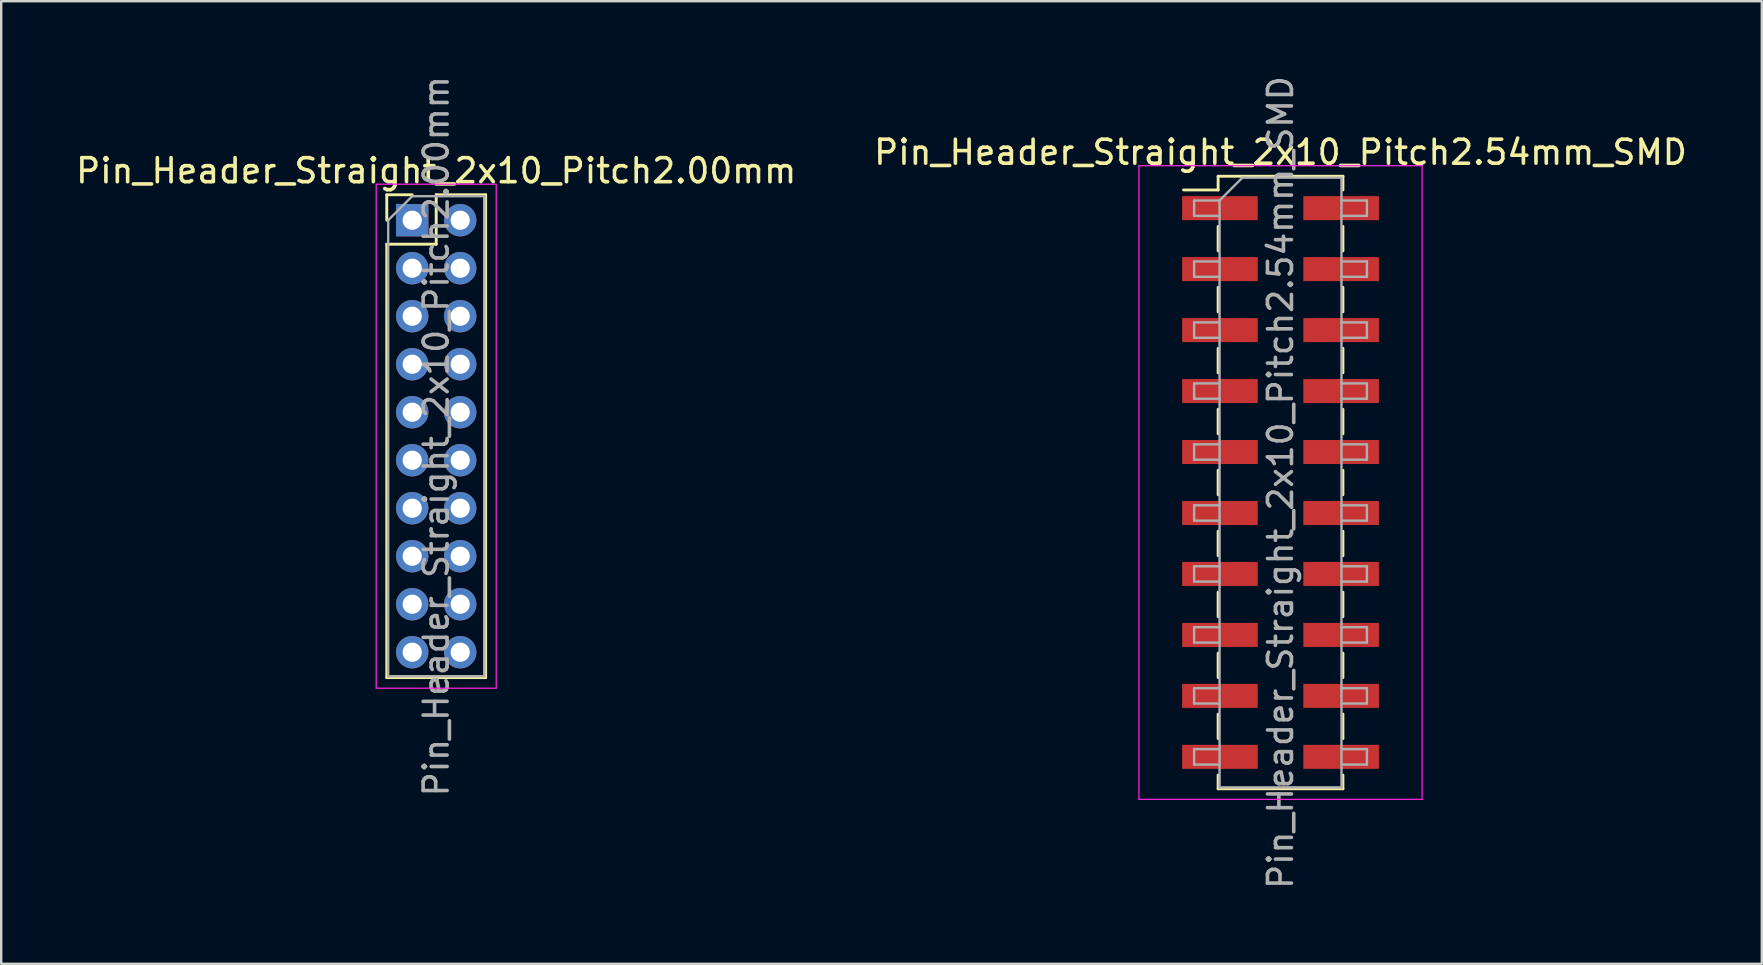
<source format=kicad_pcb>
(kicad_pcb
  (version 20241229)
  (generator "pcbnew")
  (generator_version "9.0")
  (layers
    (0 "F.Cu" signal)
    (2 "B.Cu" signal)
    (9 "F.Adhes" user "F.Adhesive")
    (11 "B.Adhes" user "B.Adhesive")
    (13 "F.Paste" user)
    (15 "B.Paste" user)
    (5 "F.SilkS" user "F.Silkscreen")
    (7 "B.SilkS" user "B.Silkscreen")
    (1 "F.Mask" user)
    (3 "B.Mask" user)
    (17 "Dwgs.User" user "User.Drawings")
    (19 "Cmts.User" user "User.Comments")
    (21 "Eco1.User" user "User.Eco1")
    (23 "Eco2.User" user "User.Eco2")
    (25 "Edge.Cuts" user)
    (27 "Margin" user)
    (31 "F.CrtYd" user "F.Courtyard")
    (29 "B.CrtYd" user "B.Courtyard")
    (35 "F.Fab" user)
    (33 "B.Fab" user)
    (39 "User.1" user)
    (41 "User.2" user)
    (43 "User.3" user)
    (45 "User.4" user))
  (footprint "Pin_Header_Straight_2x10_Pitch2.54mm_SMD"
    (layer "F.Cu")
    (at 50.304 17.054)
    (property "Reference" "Pin_Header_Straight_2x10_Pitch2.54mm_SMD" (at 0 -13.76 0) (layer "F.SilkS") (effects (font (size 1 1) (thickness 0.15))))
    (attr smd)
    (fp_line (start -4.04 -12.19) (end -2.6 -12.19) (stroke (width 0.12) (type solid)) (layer "F.SilkS"))
    (fp_line (start -2.6 -12.76) (end -2.6 -12.19) (stroke (width 0.12) (type solid)) (layer "F.SilkS"))
    (fp_line (start -2.6 -12.76) (end 2.6 -12.76) (stroke (width 0.12) (type solid)) (layer "F.SilkS"))
    (fp_line (start -2.6 -10.67) (end -2.6 -9.65) (stroke (width 0.12) (type solid)) (layer "F.SilkS"))
    (fp_line (start -2.6 -8.13) (end -2.6 -7.11) (stroke (width 0.12) (type solid)) (layer "F.SilkS"))
    (fp_line (start -2.6 -5.59) (end -2.6 -4.57) (stroke (width 0.12) (type solid)) (layer "F.SilkS"))
    (fp_line (start -2.6 -3.05) (end -2.6 -2.03) (stroke (width 0.12) (type solid)) (layer "F.SilkS"))
    (fp_line (start -2.6 -0.51) (end -2.6 0.51) (stroke (width 0.12) (type solid)) (layer "F.SilkS"))
    (fp_line (start -2.6 2.03) (end -2.6 3.05) (stroke (width 0.12) (type solid)) (layer "F.SilkS"))
    (fp_line (start -2.6 4.57) (end -2.6 5.59) (stroke (width 0.12) (type solid)) (layer "F.SilkS"))
    (fp_line (start -2.6 7.11) (end -2.6 8.13) (stroke (width 0.12) (type solid)) (layer "F.SilkS"))
    (fp_line (start -2.6 9.65) (end -2.6 10.67) (stroke (width 0.12) (type solid)) (layer "F.SilkS"))
    (fp_line (start -2.6 12.19) (end -2.6 12.76) (stroke (width 0.12) (type solid)) (layer "F.SilkS"))
    (fp_line (start -2.6 12.76) (end 2.6 12.76) (stroke (width 0.12) (type solid)) (layer "F.SilkS"))
    (fp_line (start 2.6 -12.76) (end 2.6 -12.19) (stroke (width 0.12) (type solid)) (layer "F.SilkS"))
    (fp_line (start 2.6 -10.67) (end 2.6 -9.65) (stroke (width 0.12) (type solid)) (layer "F.SilkS"))
    (fp_line (start 2.6 -8.13) (end 2.6 -7.11) (stroke (width 0.12) (type solid)) (layer "F.SilkS"))
    (fp_line (start 2.6 -5.59) (end 2.6 -4.57) (stroke (width 0.12) (type solid)) (layer "F.SilkS"))
    (fp_line (start 2.6 -3.05) (end 2.6 -2.03) (stroke (width 0.12) (type solid)) (layer "F.SilkS"))
    (fp_line (start 2.6 -0.51) (end 2.6 0.51) (stroke (width 0.12) (type solid)) (layer "F.SilkS"))
    (fp_line (start 2.6 2.03) (end 2.6 3.05) (stroke (width 0.12) (type solid)) (layer "F.SilkS"))
    (fp_line (start 2.6 4.57) (end 2.6 5.59) (stroke (width 0.12) (type solid)) (layer "F.SilkS"))
    (fp_line (start 2.6 7.11) (end 2.6 8.13) (stroke (width 0.12) (type solid)) (layer "F.SilkS"))
    (fp_line (start 2.6 9.65) (end 2.6 10.67) (stroke (width 0.12) (type solid)) (layer "F.SilkS"))
    (fp_line (start 2.6 12.19) (end 2.6 12.76) (stroke (width 0.12) (type solid)) (layer "F.SilkS"))
    (fp_line (start -5.9 -13.2) (end -5.9 13.2) (stroke (width 0.05) (type solid)) (layer "F.CrtYd"))
    (fp_line (start -5.9 13.2) (end 5.9 13.2) (stroke (width 0.05) (type solid)) (layer "F.CrtYd"))
    (fp_line (start 5.9 -13.2) (end -5.9 -13.2) (stroke (width 0.05) (type solid)) (layer "F.CrtYd"))
    (fp_line (start 5.9 13.2) (end 5.9 -13.2) (stroke (width 0.05) (type solid)) (layer "F.CrtYd"))
    (fp_line (start -3.6 -11.75) (end -3.6 -11.11) (stroke (width 0.1) (type solid)) (layer "F.Fab"))
    (fp_line (start -3.6 -11.11) (end -2.54 -11.11) (stroke (width 0.1) (type solid)) (layer "F.Fab"))
    (fp_line (start -3.6 -9.21) (end -3.6 -8.57) (stroke (width 0.1) (type solid)) (layer "F.Fab"))
    (fp_line (start -3.6 -8.57) (end -2.54 -8.57) (stroke (width 0.1) (type solid)) (layer "F.Fab"))
    (fp_line (start -3.6 -6.67) (end -3.6 -6.03) (stroke (width 0.1) (type solid)) (layer "F.Fab"))
    (fp_line (start -3.6 -6.03) (end -2.54 -6.03) (stroke (width 0.1) (type solid)) (layer "F.Fab"))
    (fp_line (start -3.6 -4.13) (end -3.6 -3.49) (stroke (width 0.1) (type solid)) (layer "F.Fab"))
    (fp_line (start -3.6 -3.49) (end -2.54 -3.49) (stroke (width 0.1) (type solid)) (layer "F.Fab"))
    (fp_line (start -3.6 -1.59) (end -3.6 -0.95) (stroke (width 0.1) (type solid)) (layer "F.Fab"))
    (fp_line (start -3.6 -0.95) (end -2.54 -0.95) (stroke (width 0.1) (type solid)) (layer "F.Fab"))
    (fp_line (start -3.6 0.95) (end -3.6 1.59) (stroke (width 0.1) (type solid)) (layer "F.Fab"))
    (fp_line (start -3.6 1.59) (end -2.54 1.59) (stroke (width 0.1) (type solid)) (layer "F.Fab"))
    (fp_line (start -3.6 3.49) (end -3.6 4.13) (stroke (width 0.1) (type solid)) (layer "F.Fab"))
    (fp_line (start -3.6 4.13) (end -2.54 4.13) (stroke (width 0.1) (type solid)) (layer "F.Fab"))
    (fp_line (start -3.6 6.03) (end -3.6 6.67) (stroke (width 0.1) (type solid)) (layer "F.Fab"))
    (fp_line (start -3.6 6.67) (end -2.54 6.67) (stroke (width 0.1) (type solid)) (layer "F.Fab"))
    (fp_line (start -3.6 8.57) (end -3.6 9.21) (stroke (width 0.1) (type solid)) (layer "F.Fab"))
    (fp_line (start -3.6 9.21) (end -2.54 9.21) (stroke (width 0.1) (type solid)) (layer "F.Fab"))
    (fp_line (start -3.6 11.11) (end -3.6 11.75) (stroke (width 0.1) (type solid)) (layer "F.Fab"))
    (fp_line (start -3.6 11.75) (end -2.54 11.75) (stroke (width 0.1) (type solid)) (layer "F.Fab"))
    (fp_line (start -2.54 -11.75) (end -3.6 -11.75) (stroke (width 0.1) (type solid)) (layer "F.Fab"))
    (fp_line (start -2.54 -11.75) (end -1.59 -12.7) (stroke (width 0.1) (type solid)) (layer "F.Fab"))
    (fp_line (start -2.54 -9.21) (end -3.6 -9.21) (stroke (width 0.1) (type solid)) (layer "F.Fab"))
    (fp_line (start -2.54 -6.67) (end -3.6 -6.67) (stroke (width 0.1) (type solid)) (layer "F.Fab"))
    (fp_line (start -2.54 -4.13) (end -3.6 -4.13) (stroke (width 0.1) (type solid)) (layer "F.Fab"))
    (fp_line (start -2.54 -1.59) (end -3.6 -1.59) (stroke (width 0.1) (type solid)) (layer "F.Fab"))
    (fp_line (start -2.54 0.95) (end -3.6 0.95) (stroke (width 0.1) (type solid)) (layer "F.Fab"))
    (fp_line (start -2.54 3.49) (end -3.6 3.49) (stroke (width 0.1) (type solid)) (layer "F.Fab"))
    (fp_line (start -2.54 6.03) (end -3.6 6.03) (stroke (width 0.1) (type solid)) (layer "F.Fab"))
    (fp_line (start -2.54 8.57) (end -3.6 8.57) (stroke (width 0.1) (type solid)) (layer "F.Fab"))
    (fp_line (start -2.54 11.11) (end -3.6 11.11) (stroke (width 0.1) (type solid)) (layer "F.Fab"))
    (fp_line (start -2.54 12.7) (end -2.54 -11.75) (stroke (width 0.1) (type solid)) (layer "F.Fab"))
    (fp_line (start -1.59 -12.7) (end 2.54 -12.7) (stroke (width 0.1) (type solid)) (layer "F.Fab"))
    (fp_line (start 2.54 -12.7) (end 2.54 12.7) (stroke (width 0.1) (type solid)) (layer "F.Fab"))
    (fp_line (start 2.54 -11.75) (end 3.6 -11.75) (stroke (width 0.1) (type solid)) (layer "F.Fab"))
    (fp_line (start 2.54 -9.21) (end 3.6 -9.21) (stroke (width 0.1) (type solid)) (layer "F.Fab"))
    (fp_line (start 2.54 -6.67) (end 3.6 -6.67) (stroke (width 0.1) (type solid)) (layer "F.Fab"))
    (fp_line (start 2.54 -4.13) (end 3.6 -4.13) (stroke (width 0.1) (type solid)) (layer "F.Fab"))
    (fp_line (start 2.54 -1.59) (end 3.6 -1.59) (stroke (width 0.1) (type solid)) (layer "F.Fab"))
    (fp_line (start 2.54 0.95) (end 3.6 0.95) (stroke (width 0.1) (type solid)) (layer "F.Fab"))
    (fp_line (start 2.54 3.49) (end 3.6 3.49) (stroke (width 0.1) (type solid)) (layer "F.Fab"))
    (fp_line (start 2.54 6.03) (end 3.6 6.03) (stroke (width 0.1) (type solid)) (layer "F.Fab"))
    (fp_line (start 2.54 8.57) (end 3.6 8.57) (stroke (width 0.1) (type solid)) (layer "F.Fab"))
    (fp_line (start 2.54 11.11) (end 3.6 11.11) (stroke (width 0.1) (type solid)) (layer "F.Fab"))
    (fp_line (start 2.54 12.7) (end -2.54 12.7) (stroke (width 0.1) (type solid)) (layer "F.Fab"))
    (fp_line (start 3.6 -11.75) (end 3.6 -11.11) (stroke (width 0.1) (type solid)) (layer "F.Fab"))
    (fp_line (start 3.6 -11.11) (end 2.54 -11.11) (stroke (width 0.1) (type solid)) (layer "F.Fab"))
    (fp_line (start 3.6 -9.21) (end 3.6 -8.57) (stroke (width 0.1) (type solid)) (layer "F.Fab"))
    (fp_line (start 3.6 -8.57) (end 2.54 -8.57) (stroke (width 0.1) (type solid)) (layer "F.Fab"))
    (fp_line (start 3.6 -6.67) (end 3.6 -6.03) (stroke (width 0.1) (type solid)) (layer "F.Fab"))
    (fp_line (start 3.6 -6.03) (end 2.54 -6.03) (stroke (width 0.1) (type solid)) (layer "F.Fab"))
    (fp_line (start 3.6 -4.13) (end 3.6 -3.49) (stroke (width 0.1) (type solid)) (layer "F.Fab"))
    (fp_line (start 3.6 -3.49) (end 2.54 -3.49) (stroke (width 0.1) (type solid)) (layer "F.Fab"))
    (fp_line (start 3.6 -1.59) (end 3.6 -0.95) (stroke (width 0.1) (type solid)) (layer "F.Fab"))
    (fp_line (start 3.6 -0.95) (end 2.54 -0.95) (stroke (width 0.1) (type solid)) (layer "F.Fab"))
    (fp_line (start 3.6 0.95) (end 3.6 1.59) (stroke (width 0.1) (type solid)) (layer "F.Fab"))
    (fp_line (start 3.6 1.59) (end 2.54 1.59) (stroke (width 0.1) (type solid)) (layer "F.Fab"))
    (fp_line (start 3.6 3.49) (end 3.6 4.13) (stroke (width 0.1) (type solid)) (layer "F.Fab"))
    (fp_line (start 3.6 4.13) (end 2.54 4.13) (stroke (width 0.1) (type solid)) (layer "F.Fab"))
    (fp_line (start 3.6 6.03) (end 3.6 6.67) (stroke (width 0.1) (type solid)) (layer "F.Fab"))
    (fp_line (start 3.6 6.67) (end 2.54 6.67) (stroke (width 0.1) (type solid)) (layer "F.Fab"))
    (fp_line (start 3.6 8.57) (end 3.6 9.21) (stroke (width 0.1) (type solid)) (layer "F.Fab"))
    (fp_line (start 3.6 9.21) (end 2.54 9.21) (stroke (width 0.1) (type solid)) (layer "F.Fab"))
    (fp_line (start 3.6 11.11) (end 3.6 11.75) (stroke (width 0.1) (type solid)) (layer "F.Fab"))
    (fp_line (start 3.6 11.75) (end 2.54 11.75) (stroke (width 0.1) (type solid)) (layer "F.Fab"))
    (fp_text user "${REFERENCE}" (at 0 0 90) (layer "F.Fab") (effects (font (size 1 1) (thickness 0.15))))
    (pad "1" smd rect (at -2.525 -11.43) (size 3.15 1) (layers "F.Cu" "F.Mask" "F.Paste"))
    (pad "2" smd rect (at 2.525 -11.43) (size 3.15 1) (layers "F.Cu" "F.Mask" "F.Paste"))
    (pad "3" smd rect (at -2.525 -8.89) (size 3.15 1) (layers "F.Cu" "F.Mask" "F.Paste"))
    (pad "4" smd rect (at 2.525 -8.89) (size 3.15 1) (layers "F.Cu" "F.Mask" "F.Paste"))
    (pad "5" smd rect (at -2.525 -6.35) (size 3.15 1) (layers "F.Cu" "F.Mask" "F.Paste"))
    (pad "6" smd rect (at 2.525 -6.35) (size 3.15 1) (layers "F.Cu" "F.Mask" "F.Paste"))
    (pad "7" smd rect (at -2.525 -3.81) (size 3.15 1) (layers "F.Cu" "F.Mask" "F.Paste"))
    (pad "8" smd rect (at 2.525 -3.81) (size 3.15 1) (layers "F.Cu" "F.Mask" "F.Paste"))
    (pad "9" smd rect (at -2.525 -1.27) (size 3.15 1) (layers "F.Cu" "F.Mask" "F.Paste"))
    (pad "10" smd rect (at 2.525 -1.27) (size 3.15 1) (layers "F.Cu" "F.Mask" "F.Paste"))
    (pad "11" smd rect (at -2.525 1.27) (size 3.15 1) (layers "F.Cu" "F.Mask" "F.Paste"))
    (pad "12" smd rect (at 2.525 1.27) (size 3.15 1) (layers "F.Cu" "F.Mask" "F.Paste"))
    (pad "13" smd rect (at -2.525 3.81) (size 3.15 1) (layers "F.Cu" "F.Mask" "F.Paste"))
    (pad "14" smd rect (at 2.525 3.81) (size 3.15 1) (layers "F.Cu" "F.Mask" "F.Paste"))
    (pad "15" smd rect (at -2.525 6.35) (size 3.15 1) (layers "F.Cu" "F.Mask" "F.Paste"))
    (pad "16" smd rect (at 2.525 6.35) (size 3.15 1) (layers "F.Cu" "F.Mask" "F.Paste"))
    (pad "17" smd rect (at -2.525 8.89) (size 3.15 1) (layers "F.Cu" "F.Mask" "F.Paste"))
    (pad "18" smd rect (at 2.525 8.89) (size 3.15 1) (layers "F.Cu" "F.Mask" "F.Paste"))
    (pad "19" smd rect (at -2.525 11.43) (size 3.15 1) (layers "F.Cu" "F.Mask" "F.Paste"))
    (pad "20" smd rect (at 2.525 11.43) (size 3.15 1) (layers "F.Cu" "F.Mask" "F.Paste")))
  (footprint "Pin_Header_Straight_2x10_Pitch2.00mm"
    (layer "F.Cu")
    (at 14.125 6.125)
    (property "Reference" "Pin_Header_Straight_2x10_Pitch2.00mm" (at 1 -2.06 0) (layer "F.SilkS") (effects (font (size 1 1) (thickness 0.15))))
    (attr through_hole)
    (fp_line (start -1.06 -1.06) (end 0 -1.06) (stroke (width 0.12) (type solid)) (layer "F.SilkS"))
    (fp_line (start -1.06 0) (end -1.06 -1.06) (stroke (width 0.12) (type solid)) (layer "F.SilkS"))
    (fp_line (start -1.06 1) (end -1.06 19.06) (stroke (width 0.12) (type solid)) (layer "F.SilkS"))
    (fp_line (start -1.06 1) (end 1 1) (stroke (width 0.12) (type solid)) (layer "F.SilkS"))
    (fp_line (start -1.06 19.06) (end 3.06 19.06) (stroke (width 0.12) (type solid)) (layer "F.SilkS"))
    (fp_line (start 1 -1.06) (end 3.06 -1.06) (stroke (width 0.12) (type solid)) (layer "F.SilkS"))
    (fp_line (start 1 1) (end 1 -1.06) (stroke (width 0.12) (type solid)) (layer "F.SilkS"))
    (fp_line (start 3.06 -1.06) (end 3.06 19.06) (stroke (width 0.12) (type solid)) (layer "F.SilkS"))
    (fp_line (start -1.5 -1.5) (end -1.5 19.5) (stroke (width 0.05) (type solid)) (layer "F.CrtYd"))
    (fp_line (start -1.5 19.5) (end 3.5 19.5) (stroke (width 0.05) (type solid)) (layer "F.CrtYd"))
    (fp_line (start 3.5 -1.5) (end -1.5 -1.5) (stroke (width 0.05) (type solid)) (layer "F.CrtYd"))
    (fp_line (start 3.5 19.5) (end 3.5 -1.5) (stroke (width 0.05) (type solid)) (layer "F.CrtYd"))
    (fp_line (start -1 0) (end 0 -1) (stroke (width 0.1) (type solid)) (layer "F.Fab"))
    (fp_line (start -1 19) (end -1 0) (stroke (width 0.1) (type solid)) (layer "F.Fab"))
    (fp_line (start 0 -1) (end 3 -1) (stroke (width 0.1) (type solid)) (layer "F.Fab"))
    (fp_line (start 3 -1) (end 3 19) (stroke (width 0.1) (type solid)) (layer "F.Fab"))
    (fp_line (start 3 19) (end -1 19) (stroke (width 0.1) (type solid)) (layer "F.Fab"))
    (fp_text user "${REFERENCE}" (at 1 9 90) (layer "F.Fab") (effects (font (size 1 1) (thickness 0.15))))
    (pad "1" thru_hole rect (at 0 0) (size 1.35 1.35) (drill 0.8) (layers "*.Cu" "*.Mask"))
    (pad "2" thru_hole oval (at 2 0) (size 1.35 1.35) (drill 0.8) (layers "*.Cu" "*.Mask"))
    (pad "3" thru_hole oval (at 0 2) (size 1.35 1.35) (drill 0.8) (layers "*.Cu" "*.Mask"))
    (pad "4" thru_hole oval (at 2 2) (size 1.35 1.35) (drill 0.8) (layers "*.Cu" "*.Mask"))
    (pad "5" thru_hole oval (at 0 4) (size 1.35 1.35) (drill 0.8) (layers "*.Cu" "*.Mask"))
    (pad "6" thru_hole oval (at 2 4) (size 1.35 1.35) (drill 0.8) (layers "*.Cu" "*.Mask"))
    (pad "7" thru_hole oval (at 0 6) (size 1.35 1.35) (drill 0.8) (layers "*.Cu" "*.Mask"))
    (pad "8" thru_hole oval (at 2 6) (size 1.35 1.35) (drill 0.8) (layers "*.Cu" "*.Mask"))
    (pad "9" thru_hole oval (at 0 8) (size 1.35 1.35) (drill 0.8) (layers "*.Cu" "*.Mask"))
    (pad "10" thru_hole oval (at 2 8) (size 1.35 1.35) (drill 0.8) (layers "*.Cu" "*.Mask"))
    (pad "11" thru_hole oval (at 0 10) (size 1.35 1.35) (drill 0.8) (layers "*.Cu" "*.Mask"))
    (pad "12" thru_hole oval (at 2 10) (size 1.35 1.35) (drill 0.8) (layers "*.Cu" "*.Mask"))
    (pad "13" thru_hole oval (at 0 12) (size 1.35 1.35) (drill 0.8) (layers "*.Cu" "*.Mask"))
    (pad "14" thru_hole oval (at 2 12) (size 1.35 1.35) (drill 0.8) (layers "*.Cu" "*.Mask"))
    (pad "15" thru_hole oval (at 0 14) (size 1.35 1.35) (drill 0.8) (layers "*.Cu" "*.Mask"))
    (pad "16" thru_hole oval (at 2 14) (size 1.35 1.35) (drill 0.8) (layers "*.Cu" "*.Mask"))
    (pad "17" thru_hole oval (at 0 16) (size 1.35 1.35) (drill 0.8) (layers "*.Cu" "*.Mask"))
    (pad "18" thru_hole oval (at 2 16) (size 1.35 1.35) (drill 0.8) (layers "*.Cu" "*.Mask"))
    (pad "19" thru_hole oval (at 0 18) (size 1.35 1.35) (drill 0.8) (layers "*.Cu" "*.Mask"))
    (pad "20" thru_hole oval (at 2 18) (size 1.35 1.35) (drill 0.8) (layers "*.Cu" "*.Mask")))
  (gr_rect
    (start -3 -3)
    (end 70.357 37.107)
    (stroke (width 0.1) (type default))
    (fill no)
    (layer "Edge.Cuts")))
</source>
